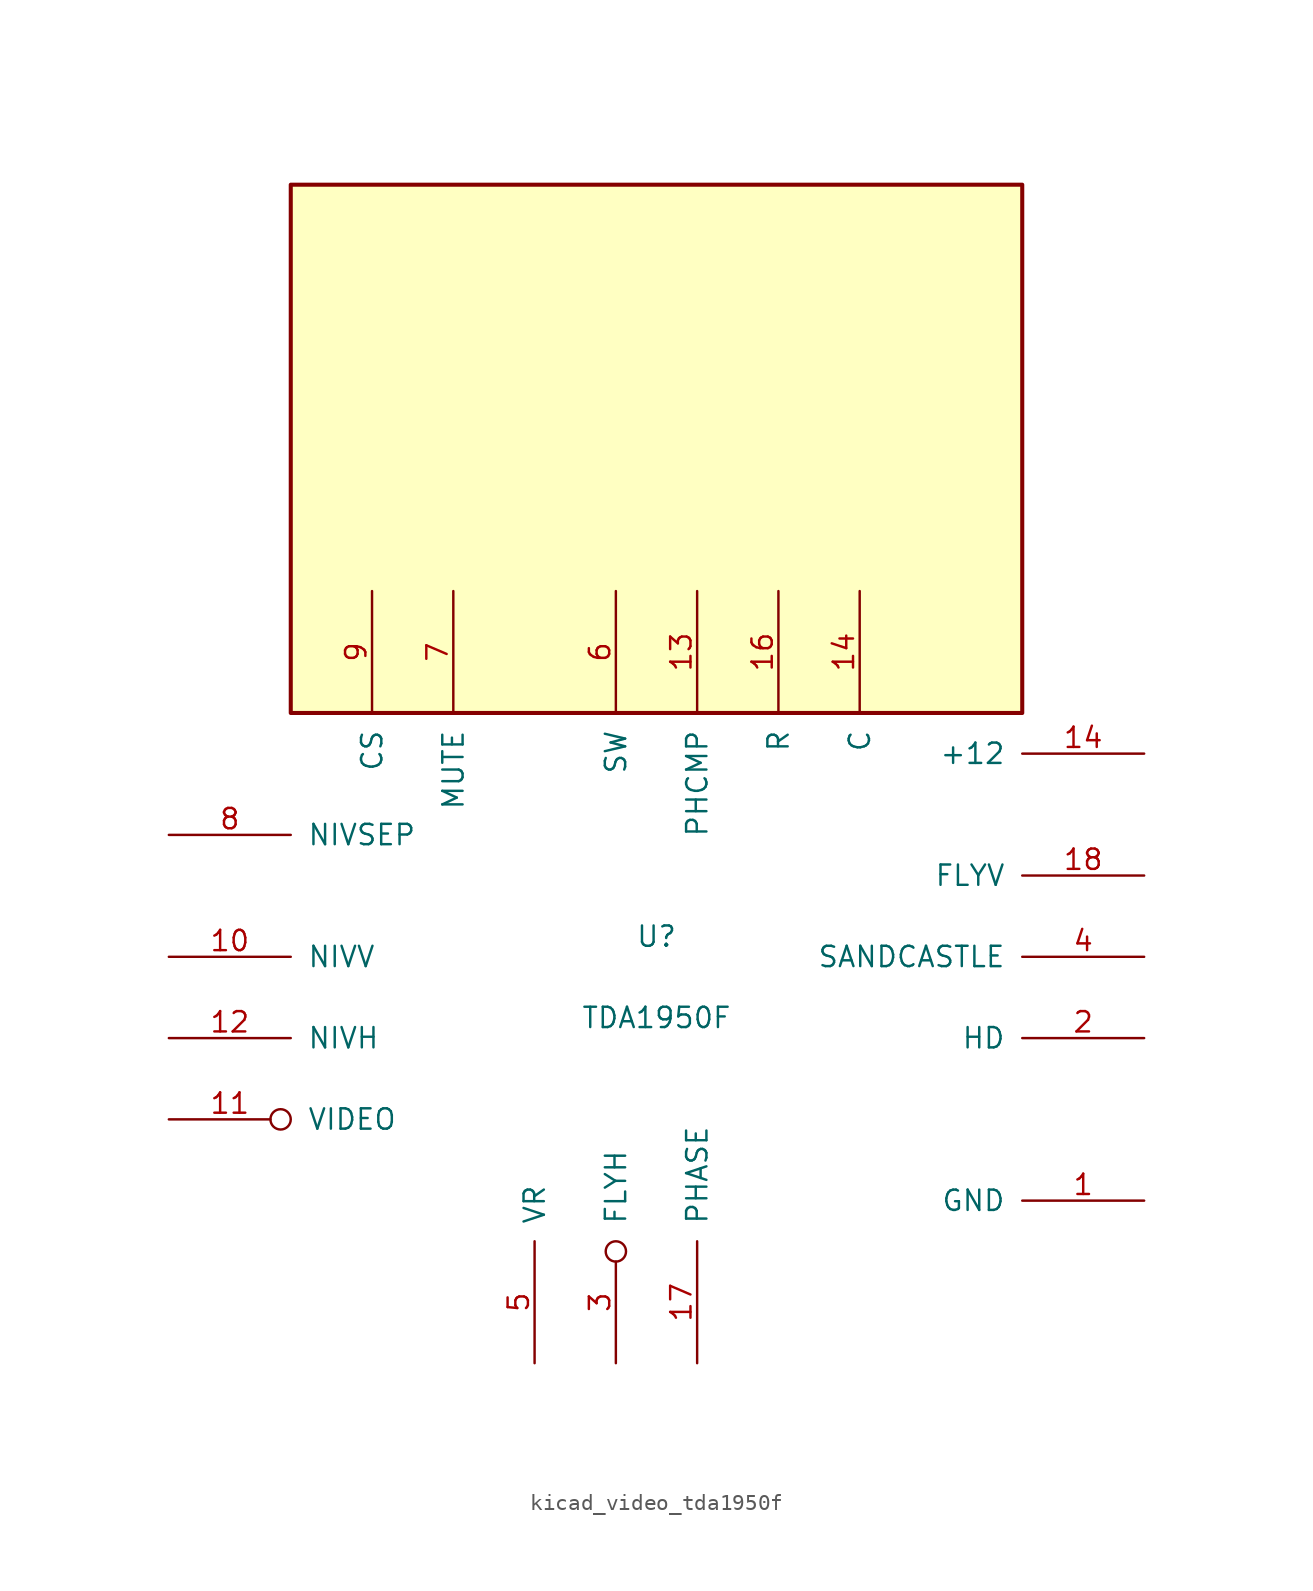
<source format=kicad_sym>
(kicad_symbol_lib
  (version 20220914)
  (generator kicad_symbol_editor)
  (symbol "kicad_video_tda1950f"
    (pin_names
      (offset 1.016))
    (property "Reference" "U"
      (at 0 2.54 0)
      (effects (font (size 1.27 1.27))))
    (property "Value" "TDA1950F"
      (at 0 -2.54 0)
      (effects (font (size 1.27 1.27))))
    (symbol "kicad_video_tda1950f_0_1"
      (rectangle (start 22.86 49.53) (end -22.86 16.51) (stroke (width 0.254) (type default)) (fill (type background))))
    (symbol "kicad_video_tda1950f_1_1"
      (pin input line (at 30.48 -13.97 180) (length 7.62) (name "GND" (effects (font (size 1.27 1.27)))) (number "1" (effects (font (size 1.27 1.27)))))
      (pin output line (at -30.48 1.27 0) (length 7.62) (name "NIVV" (effects (font (size 1.27 1.27)))) (number "10" (effects (font (size 1.27 1.27)))))
      (pin input inverted (at -30.48 -8.89 0) (length 7.62) (name "VIDEO" (effects (font (size 1.27 1.27)))) (number "11" (effects (font (size 1.27 1.27)))))
      (pin output line (at -30.48 -3.81 0) (length 7.62) (name "NIVH" (effects (font (size 1.27 1.27)))) (number "12" (effects (font (size 1.27 1.27)))))
      (pin output line (at 2.54 24.13 270) (length 7.62) (name "PHCMP" (effects (font (size 1.27 1.27)))) (number "13" (effects (font (size 1.27 1.27)))))
      (pin input line (at 30.48 13.97 180) (length 7.62) (name "+12" (effects (font (size 1.27 1.27)))) (number "14" (effects (font (size 1.27 1.27)))))
      (pin output line (at 12.7 24.13 270) (length 7.62) (name "C" (effects (font (size 1.27 1.27)))) (number "14" (effects (font (size 1.27 1.27)))))
      (pin output line (at 7.62 24.13 270) (length 7.62) (name "R" (effects (font (size 1.27 1.27)))) (number "16" (effects (font (size 1.27 1.27)))))
      (pin input line (at 2.54 -24.13 90) (length 7.62) (name "PHASE" (effects (font (size 1.27 1.27)))) (number "17" (effects (font (size 1.27 1.27)))))
      (pin input line (at 30.48 6.35 180) (length 7.62) (name "FLYV" (effects (font (size 1.27 1.27)))) (number "18" (effects (font (size 1.27 1.27)))))
      (pin output line (at 30.48 -3.81 180) (length 7.62) (name "HD" (effects (font (size 1.27 1.27)))) (number "2" (effects (font (size 1.27 1.27)))))
      (pin input inverted (at -2.54 -24.13 90) (length 7.62) (name "FLYH" (effects (font (size 1.27 1.27)))) (number "3" (effects (font (size 1.27 1.27)))))
      (pin output line (at 30.48 1.27 180) (length 7.62) (name "SANDCASTLE" (effects (font (size 1.27 1.27)))) (number "4" (effects (font (size 1.27 1.27)))))
      (pin input line (at -7.62 -24.13 90) (length 7.62) (name "VR" (effects (font (size 1.27 1.27)))) (number "5" (effects (font (size 1.27 1.27)))))
      (pin output line (at -2.54 24.13 270) (length 7.62) (name "SW" (effects (font (size 1.27 1.27)))) (number "6" (effects (font (size 1.27 1.27)))))
      (pin output line (at -12.7 24.13 270) (length 7.62) (name "MUTE" (effects (font (size 1.27 1.27)))) (number "7" (effects (font (size 1.27 1.27)))))
      (pin input line (at -30.48 8.89 0) (length 7.62) (name "NIVSEP" (effects (font (size 1.27 1.27)))) (number "8" (effects (font (size 1.27 1.27)))))
      (pin output line (at -17.78 24.13 270) (length 7.62) (name "CS" (effects (font (size 1.27 1.27)))) (number "9" (effects (font (size 1.27 1.27))))))))
</source>
